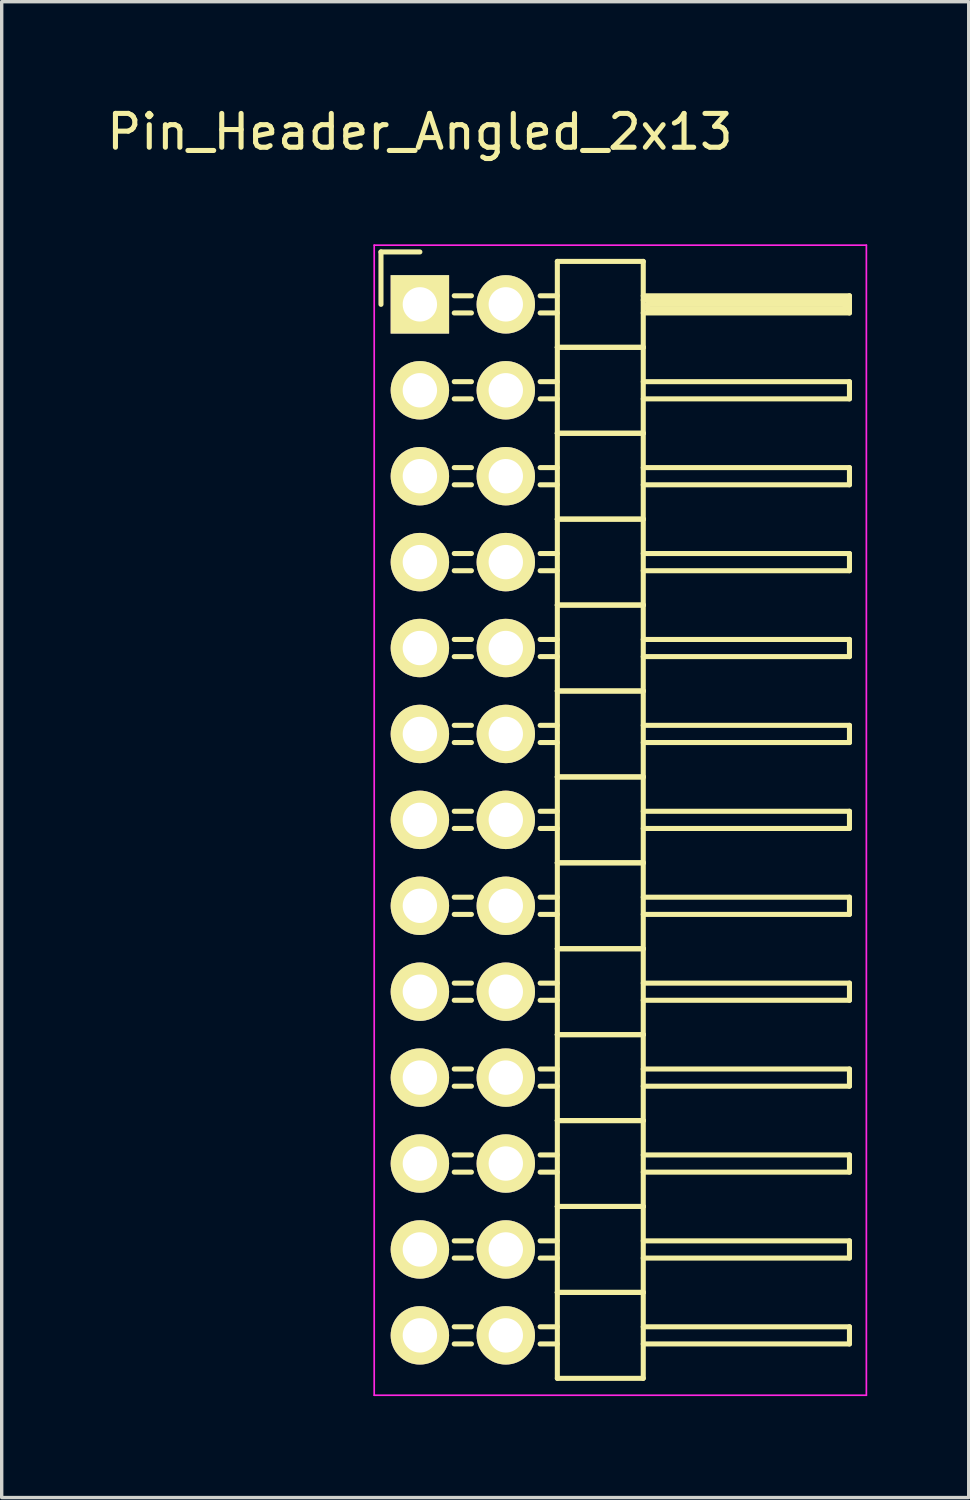
<source format=kicad_pcb>
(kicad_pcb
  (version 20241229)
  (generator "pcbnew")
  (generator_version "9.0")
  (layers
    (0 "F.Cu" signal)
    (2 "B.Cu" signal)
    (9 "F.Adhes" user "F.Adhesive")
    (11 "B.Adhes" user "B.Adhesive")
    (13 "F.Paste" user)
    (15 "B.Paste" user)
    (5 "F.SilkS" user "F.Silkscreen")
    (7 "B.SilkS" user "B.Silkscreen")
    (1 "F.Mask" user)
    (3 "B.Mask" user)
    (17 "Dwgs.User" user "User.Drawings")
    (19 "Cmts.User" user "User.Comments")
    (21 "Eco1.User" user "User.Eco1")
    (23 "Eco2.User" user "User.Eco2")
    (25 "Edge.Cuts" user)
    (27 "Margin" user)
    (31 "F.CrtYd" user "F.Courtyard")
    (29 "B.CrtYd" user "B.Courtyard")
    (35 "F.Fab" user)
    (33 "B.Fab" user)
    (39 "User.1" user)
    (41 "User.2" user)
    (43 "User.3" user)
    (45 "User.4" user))
  (footprint "Pin_Header_Angled_2x13"
    (layer "F.Cu")
    (at 9.363 5.948)
    (property "Reference" "Pin_Header_Angled_2x13" (at 0 -5.1 0) (layer "F.SilkS") (effects (font (size 1 1) (thickness 0.15))))
    (attr through_hole)
    (fp_line (start -1.15 -1.55) (end -1.15 0) (stroke (width 0.15) (type solid)) (layer "F.SilkS"))
    (fp_line (start 0 -1.55) (end -1.15 -1.55) (stroke (width 0.15) (type solid)) (layer "F.SilkS"))
    (fp_line (start 1.524 -0.254) (end 1.016 -0.254) (stroke (width 0.15) (type solid)) (layer "F.SilkS"))
    (fp_line (start 1.524 0.254) (end 1.016 0.254) (stroke (width 0.15) (type solid)) (layer "F.SilkS"))
    (fp_line (start 1.524 2.286) (end 1.016 2.286) (stroke (width 0.15) (type solid)) (layer "F.SilkS"))
    (fp_line (start 1.524 2.794) (end 1.016 2.794) (stroke (width 0.15) (type solid)) (layer "F.SilkS"))
    (fp_line (start 1.524 4.826) (end 1.016 4.826) (stroke (width 0.15) (type solid)) (layer "F.SilkS"))
    (fp_line (start 1.524 5.334) (end 1.016 5.334) (stroke (width 0.15) (type solid)) (layer "F.SilkS"))
    (fp_line (start 1.524 7.366) (end 1.016 7.366) (stroke (width 0.15) (type solid)) (layer "F.SilkS"))
    (fp_line (start 1.524 7.874) (end 1.016 7.874) (stroke (width 0.15) (type solid)) (layer "F.SilkS"))
    (fp_line (start 1.524 9.906) (end 1.016 9.906) (stroke (width 0.15) (type solid)) (layer "F.SilkS"))
    (fp_line (start 1.524 10.414) (end 1.016 10.414) (stroke (width 0.15) (type solid)) (layer "F.SilkS"))
    (fp_line (start 1.524 12.446) (end 1.016 12.446) (stroke (width 0.15) (type solid)) (layer "F.SilkS"))
    (fp_line (start 1.524 12.954) (end 1.016 12.954) (stroke (width 0.15) (type solid)) (layer "F.SilkS"))
    (fp_line (start 1.524 14.986) (end 1.016 14.986) (stroke (width 0.15) (type solid)) (layer "F.SilkS"))
    (fp_line (start 1.524 15.494) (end 1.016 15.494) (stroke (width 0.15) (type solid)) (layer "F.SilkS"))
    (fp_line (start 1.524 17.526) (end 1.016 17.526) (stroke (width 0.15) (type solid)) (layer "F.SilkS"))
    (fp_line (start 1.524 18.034) (end 1.016 18.034) (stroke (width 0.15) (type solid)) (layer "F.SilkS"))
    (fp_line (start 1.524 20.066) (end 1.016 20.066) (stroke (width 0.15) (type solid)) (layer "F.SilkS"))
    (fp_line (start 1.524 20.574) (end 1.016 20.574) (stroke (width 0.15) (type solid)) (layer "F.SilkS"))
    (fp_line (start 1.524 22.606) (end 1.016 22.606) (stroke (width 0.15) (type solid)) (layer "F.SilkS"))
    (fp_line (start 1.524 23.114) (end 1.016 23.114) (stroke (width 0.15) (type solid)) (layer "F.SilkS"))
    (fp_line (start 1.524 25.146) (end 1.016 25.146) (stroke (width 0.15) (type solid)) (layer "F.SilkS"))
    (fp_line (start 1.524 25.654) (end 1.016 25.654) (stroke (width 0.15) (type solid)) (layer "F.SilkS"))
    (fp_line (start 1.524 27.686) (end 1.016 27.686) (stroke (width 0.15) (type solid)) (layer "F.SilkS"))
    (fp_line (start 1.524 28.194) (end 1.016 28.194) (stroke (width 0.15) (type solid)) (layer "F.SilkS"))
    (fp_line (start 1.524 30.226) (end 1.016 30.226) (stroke (width 0.15) (type solid)) (layer "F.SilkS"))
    (fp_line (start 1.524 30.734) (end 1.016 30.734) (stroke (width 0.15) (type solid)) (layer "F.SilkS"))
    (fp_line (start 4.064 -1.27) (end 4.064 1.27) (stroke (width 0.15) (type solid)) (layer "F.SilkS"))
    (fp_line (start 4.064 -1.27) (end 6.604 -1.27) (stroke (width 0.15) (type solid)) (layer "F.SilkS"))
    (fp_line (start 4.064 -0.254) (end 3.556 -0.254) (stroke (width 0.15) (type solid)) (layer "F.SilkS"))
    (fp_line (start 4.064 0.254) (end 3.556 0.254) (stroke (width 0.15) (type solid)) (layer "F.SilkS"))
    (fp_line (start 4.064 1.27) (end 4.064 3.81) (stroke (width 0.15) (type solid)) (layer "F.SilkS"))
    (fp_line (start 4.064 1.27) (end 6.604 1.27) (stroke (width 0.15) (type solid)) (layer "F.SilkS"))
    (fp_line (start 4.064 1.27) (end 6.604 1.27) (stroke (width 0.15) (type solid)) (layer "F.SilkS"))
    (fp_line (start 4.064 2.286) (end 3.556 2.286) (stroke (width 0.15) (type solid)) (layer "F.SilkS"))
    (fp_line (start 4.064 2.794) (end 3.556 2.794) (stroke (width 0.15) (type solid)) (layer "F.SilkS"))
    (fp_line (start 4.064 3.81) (end 4.064 6.35) (stroke (width 0.15) (type solid)) (layer "F.SilkS"))
    (fp_line (start 4.064 3.81) (end 6.604 3.81) (stroke (width 0.15) (type solid)) (layer "F.SilkS"))
    (fp_line (start 4.064 3.81) (end 6.604 3.81) (stroke (width 0.15) (type solid)) (layer "F.SilkS"))
    (fp_line (start 4.064 4.826) (end 3.556 4.826) (stroke (width 0.15) (type solid)) (layer "F.SilkS"))
    (fp_line (start 4.064 5.334) (end 3.556 5.334) (stroke (width 0.15) (type solid)) (layer "F.SilkS"))
    (fp_line (start 4.064 6.35) (end 4.064 8.89) (stroke (width 0.15) (type solid)) (layer "F.SilkS"))
    (fp_line (start 4.064 6.35) (end 6.604 6.35) (stroke (width 0.15) (type solid)) (layer "F.SilkS"))
    (fp_line (start 4.064 6.35) (end 6.604 6.35) (stroke (width 0.15) (type solid)) (layer "F.SilkS"))
    (fp_line (start 4.064 7.366) (end 3.556 7.366) (stroke (width 0.15) (type solid)) (layer "F.SilkS"))
    (fp_line (start 4.064 7.874) (end 3.556 7.874) (stroke (width 0.15) (type solid)) (layer "F.SilkS"))
    (fp_line (start 4.064 8.89) (end 4.064 11.43) (stroke (width 0.15) (type solid)) (layer "F.SilkS"))
    (fp_line (start 4.064 8.89) (end 6.604 8.89) (stroke (width 0.15) (type solid)) (layer "F.SilkS"))
    (fp_line (start 4.064 8.89) (end 6.604 8.89) (stroke (width 0.15) (type solid)) (layer "F.SilkS"))
    (fp_line (start 4.064 9.906) (end 3.556 9.906) (stroke (width 0.15) (type solid)) (layer "F.SilkS"))
    (fp_line (start 4.064 10.414) (end 3.556 10.414) (stroke (width 0.15) (type solid)) (layer "F.SilkS"))
    (fp_line (start 4.064 11.43) (end 4.064 13.97) (stroke (width 0.15) (type solid)) (layer "F.SilkS"))
    (fp_line (start 4.064 11.43) (end 6.604 11.43) (stroke (width 0.15) (type solid)) (layer "F.SilkS"))
    (fp_line (start 4.064 11.43) (end 6.604 11.43) (stroke (width 0.15) (type solid)) (layer "F.SilkS"))
    (fp_line (start 4.064 12.446) (end 3.556 12.446) (stroke (width 0.15) (type solid)) (layer "F.SilkS"))
    (fp_line (start 4.064 12.954) (end 3.556 12.954) (stroke (width 0.15) (type solid)) (layer "F.SilkS"))
    (fp_line (start 4.064 13.97) (end 4.064 16.51) (stroke (width 0.15) (type solid)) (layer "F.SilkS"))
    (fp_line (start 4.064 13.97) (end 6.604 13.97) (stroke (width 0.15) (type solid)) (layer "F.SilkS"))
    (fp_line (start 4.064 13.97) (end 6.604 13.97) (stroke (width 0.15) (type solid)) (layer "F.SilkS"))
    (fp_line (start 4.064 14.986) (end 3.556 14.986) (stroke (width 0.15) (type solid)) (layer "F.SilkS"))
    (fp_line (start 4.064 15.494) (end 3.556 15.494) (stroke (width 0.15) (type solid)) (layer "F.SilkS"))
    (fp_line (start 4.064 16.51) (end 4.064 19.05) (stroke (width 0.15) (type solid)) (layer "F.SilkS"))
    (fp_line (start 4.064 16.51) (end 6.604 16.51) (stroke (width 0.15) (type solid)) (layer "F.SilkS"))
    (fp_line (start 4.064 16.51) (end 6.604 16.51) (stroke (width 0.15) (type solid)) (layer "F.SilkS"))
    (fp_line (start 4.064 17.526) (end 3.556 17.526) (stroke (width 0.15) (type solid)) (layer "F.SilkS"))
    (fp_line (start 4.064 18.034) (end 3.556 18.034) (stroke (width 0.15) (type solid)) (layer "F.SilkS"))
    (fp_line (start 4.064 19.05) (end 4.064 21.59) (stroke (width 0.15) (type solid)) (layer "F.SilkS"))
    (fp_line (start 4.064 19.05) (end 6.604 19.05) (stroke (width 0.15) (type solid)) (layer "F.SilkS"))
    (fp_line (start 4.064 19.05) (end 6.604 19.05) (stroke (width 0.15) (type solid)) (layer "F.SilkS"))
    (fp_line (start 4.064 20.066) (end 3.556 20.066) (stroke (width 0.15) (type solid)) (layer "F.SilkS"))
    (fp_line (start 4.064 20.574) (end 3.556 20.574) (stroke (width 0.15) (type solid)) (layer "F.SilkS"))
    (fp_line (start 4.064 21.59) (end 4.064 24.13) (stroke (width 0.15) (type solid)) (layer "F.SilkS"))
    (fp_line (start 4.064 21.59) (end 6.604 21.59) (stroke (width 0.15) (type solid)) (layer "F.SilkS"))
    (fp_line (start 4.064 21.59) (end 6.604 21.59) (stroke (width 0.15) (type solid)) (layer "F.SilkS"))
    (fp_line (start 4.064 22.606) (end 3.556 22.606) (stroke (width 0.15) (type solid)) (layer "F.SilkS"))
    (fp_line (start 4.064 23.114) (end 3.556 23.114) (stroke (width 0.15) (type solid)) (layer "F.SilkS"))
    (fp_line (start 4.064 24.13) (end 4.064 26.67) (stroke (width 0.15) (type solid)) (layer "F.SilkS"))
    (fp_line (start 4.064 24.13) (end 6.604 24.13) (stroke (width 0.15) (type solid)) (layer "F.SilkS"))
    (fp_line (start 4.064 24.13) (end 6.604 24.13) (stroke (width 0.15) (type solid)) (layer "F.SilkS"))
    (fp_line (start 4.064 25.146) (end 3.556 25.146) (stroke (width 0.15) (type solid)) (layer "F.SilkS"))
    (fp_line (start 4.064 25.654) (end 3.556 25.654) (stroke (width 0.15) (type solid)) (layer "F.SilkS"))
    (fp_line (start 4.064 26.67) (end 4.064 29.21) (stroke (width 0.15) (type solid)) (layer "F.SilkS"))
    (fp_line (start 4.064 26.67) (end 6.604 26.67) (stroke (width 0.15) (type solid)) (layer "F.SilkS"))
    (fp_line (start 4.064 26.67) (end 6.604 26.67) (stroke (width 0.15) (type solid)) (layer "F.SilkS"))
    (fp_line (start 4.064 27.686) (end 3.556 27.686) (stroke (width 0.15) (type solid)) (layer "F.SilkS"))
    (fp_line (start 4.064 28.194) (end 3.556 28.194) (stroke (width 0.15) (type solid)) (layer "F.SilkS"))
    (fp_line (start 4.064 29.21) (end 4.064 31.75) (stroke (width 0.15) (type solid)) (layer "F.SilkS"))
    (fp_line (start 4.064 29.21) (end 6.604 29.21) (stroke (width 0.15) (type solid)) (layer "F.SilkS"))
    (fp_line (start 4.064 29.21) (end 6.604 29.21) (stroke (width 0.15) (type solid)) (layer "F.SilkS"))
    (fp_line (start 4.064 30.226) (end 3.556 30.226) (stroke (width 0.15) (type solid)) (layer "F.SilkS"))
    (fp_line (start 4.064 30.734) (end 3.556 30.734) (stroke (width 0.15) (type solid)) (layer "F.SilkS"))
    (fp_line (start 4.064 31.75) (end 6.604 31.75) (stroke (width 0.15) (type solid)) (layer "F.SilkS"))
    (fp_line (start 6.604 -0.254) (end 12.7 -0.254) (stroke (width 0.15) (type solid)) (layer "F.SilkS"))
    (fp_line (start 6.604 -0.127) (end 12.573 -0.127) (stroke (width 0.15) (type solid)) (layer "F.SilkS"))
    (fp_line (start 6.604 1.27) (end 6.604 -1.27) (stroke (width 0.15) (type solid)) (layer "F.SilkS"))
    (fp_line (start 6.604 2.286) (end 12.7 2.286) (stroke (width 0.15) (type solid)) (layer "F.SilkS"))
    (fp_line (start 6.604 3.81) (end 6.604 1.27) (stroke (width 0.15) (type solid)) (layer "F.SilkS"))
    (fp_line (start 6.604 4.826) (end 12.7 4.826) (stroke (width 0.15) (type solid)) (layer "F.SilkS"))
    (fp_line (start 6.604 6.35) (end 6.604 3.81) (stroke (width 0.15) (type solid)) (layer "F.SilkS"))
    (fp_line (start 6.604 7.366) (end 12.7 7.366) (stroke (width 0.15) (type solid)) (layer "F.SilkS"))
    (fp_line (start 6.604 8.89) (end 6.604 6.35) (stroke (width 0.15) (type solid)) (layer "F.SilkS"))
    (fp_line (start 6.604 9.906) (end 12.7 9.906) (stroke (width 0.15) (type solid)) (layer "F.SilkS"))
    (fp_line (start 6.604 11.43) (end 6.604 8.89) (stroke (width 0.15) (type solid)) (layer "F.SilkS"))
    (fp_line (start 6.604 12.446) (end 12.7 12.446) (stroke (width 0.15) (type solid)) (layer "F.SilkS"))
    (fp_line (start 6.604 13.97) (end 6.604 11.43) (stroke (width 0.15) (type solid)) (layer "F.SilkS"))
    (fp_line (start 6.604 14.986) (end 12.7 14.986) (stroke (width 0.15) (type solid)) (layer "F.SilkS"))
    (fp_line (start 6.604 16.51) (end 6.604 13.97) (stroke (width 0.15) (type solid)) (layer "F.SilkS"))
    (fp_line (start 6.604 17.526) (end 12.7 17.526) (stroke (width 0.15) (type solid)) (layer "F.SilkS"))
    (fp_line (start 6.604 19.05) (end 6.604 16.51) (stroke (width 0.15) (type solid)) (layer "F.SilkS"))
    (fp_line (start 6.604 20.066) (end 12.7 20.066) (stroke (width 0.15) (type solid)) (layer "F.SilkS"))
    (fp_line (start 6.604 21.59) (end 6.604 19.05) (stroke (width 0.15) (type solid)) (layer "F.SilkS"))
    (fp_line (start 6.604 22.606) (end 12.7 22.606) (stroke (width 0.15) (type solid)) (layer "F.SilkS"))
    (fp_line (start 6.604 24.13) (end 6.604 21.59) (stroke (width 0.15) (type solid)) (layer "F.SilkS"))
    (fp_line (start 6.604 25.146) (end 12.7 25.146) (stroke (width 0.15) (type solid)) (layer "F.SilkS"))
    (fp_line (start 6.604 26.67) (end 6.604 24.13) (stroke (width 0.15) (type solid)) (layer "F.SilkS"))
    (fp_line (start 6.604 27.686) (end 12.7 27.686) (stroke (width 0.15) (type solid)) (layer "F.SilkS"))
    (fp_line (start 6.604 29.21) (end 6.604 26.67) (stroke (width 0.15) (type solid)) (layer "F.SilkS"))
    (fp_line (start 6.604 30.226) (end 12.7 30.226) (stroke (width 0.15) (type solid)) (layer "F.SilkS"))
    (fp_line (start 6.604 31.75) (end 6.604 29.21) (stroke (width 0.15) (type solid)) (layer "F.SilkS"))
    (fp_line (start 6.731 0) (end 12.573 0) (stroke (width 0.15) (type solid)) (layer "F.SilkS"))
    (fp_line (start 6.731 0.127) (end 6.731 0) (stroke (width 0.15) (type solid)) (layer "F.SilkS"))
    (fp_line (start 12.573 -0.127) (end 12.573 0.127) (stroke (width 0.15) (type solid)) (layer "F.SilkS"))
    (fp_line (start 12.573 0.127) (end 6.731 0.127) (stroke (width 0.15) (type solid)) (layer "F.SilkS"))
    (fp_line (start 12.7 -0.254) (end 12.7 0.254) (stroke (width 0.15) (type solid)) (layer "F.SilkS"))
    (fp_line (start 12.7 0.254) (end 6.604 0.254) (stroke (width 0.15) (type solid)) (layer "F.SilkS"))
    (fp_line (start 12.7 2.286) (end 12.7 2.794) (stroke (width 0.15) (type solid)) (layer "F.SilkS"))
    (fp_line (start 12.7 2.794) (end 6.604 2.794) (stroke (width 0.15) (type solid)) (layer "F.SilkS"))
    (fp_line (start 12.7 4.826) (end 12.7 5.334) (stroke (width 0.15) (type solid)) (layer "F.SilkS"))
    (fp_line (start 12.7 5.334) (end 6.604 5.334) (stroke (width 0.15) (type solid)) (layer "F.SilkS"))
    (fp_line (start 12.7 7.366) (end 12.7 7.874) (stroke (width 0.15) (type solid)) (layer "F.SilkS"))
    (fp_line (start 12.7 7.874) (end 6.604 7.874) (stroke (width 0.15) (type solid)) (layer "F.SilkS"))
    (fp_line (start 12.7 9.906) (end 12.7 10.414) (stroke (width 0.15) (type solid)) (layer "F.SilkS"))
    (fp_line (start 12.7 10.414) (end 6.604 10.414) (stroke (width 0.15) (type solid)) (layer "F.SilkS"))
    (fp_line (start 12.7 12.446) (end 12.7 12.954) (stroke (width 0.15) (type solid)) (layer "F.SilkS"))
    (fp_line (start 12.7 12.954) (end 6.604 12.954) (stroke (width 0.15) (type solid)) (layer "F.SilkS"))
    (fp_line (start 12.7 14.986) (end 12.7 15.494) (stroke (width 0.15) (type solid)) (layer "F.SilkS"))
    (fp_line (start 12.7 15.494) (end 6.604 15.494) (stroke (width 0.15) (type solid)) (layer "F.SilkS"))
    (fp_line (start 12.7 17.526) (end 12.7 18.034) (stroke (width 0.15) (type solid)) (layer "F.SilkS"))
    (fp_line (start 12.7 18.034) (end 6.604 18.034) (stroke (width 0.15) (type solid)) (layer "F.SilkS"))
    (fp_line (start 12.7 20.066) (end 12.7 20.574) (stroke (width 0.15) (type solid)) (layer "F.SilkS"))
    (fp_line (start 12.7 20.574) (end 6.604 20.574) (stroke (width 0.15) (type solid)) (layer "F.SilkS"))
    (fp_line (start 12.7 22.606) (end 12.7 23.114) (stroke (width 0.15) (type solid)) (layer "F.SilkS"))
    (fp_line (start 12.7 23.114) (end 6.604 23.114) (stroke (width 0.15) (type solid)) (layer "F.SilkS"))
    (fp_line (start 12.7 25.146) (end 12.7 25.654) (stroke (width 0.15) (type solid)) (layer "F.SilkS"))
    (fp_line (start 12.7 25.654) (end 6.604 25.654) (stroke (width 0.15) (type solid)) (layer "F.SilkS"))
    (fp_line (start 12.7 27.686) (end 12.7 28.194) (stroke (width 0.15) (type solid)) (layer "F.SilkS"))
    (fp_line (start 12.7 28.194) (end 6.604 28.194) (stroke (width 0.15) (type solid)) (layer "F.SilkS"))
    (fp_line (start 12.7 30.226) (end 12.7 30.734) (stroke (width 0.15) (type solid)) (layer "F.SilkS"))
    (fp_line (start 12.7 30.734) (end 6.604 30.734) (stroke (width 0.15) (type solid)) (layer "F.SilkS"))
    (fp_line (start -1.35 -1.75) (end -1.35 32.25) (stroke (width 0.05) (type solid)) (layer "F.CrtYd"))
    (fp_line (start -1.35 -1.75) (end 13.2 -1.75) (stroke (width 0.05) (type solid)) (layer "F.CrtYd"))
    (fp_line (start -1.35 32.25) (end 13.2 32.25) (stroke (width 0.05) (type solid)) (layer "F.CrtYd"))
    (fp_line (start 13.2 -1.75) (end 13.2 32.25) (stroke (width 0.05) (type solid)) (layer "F.CrtYd"))
    (pad "1" thru_hole rect (at 0 0) (size 1.727 1.727) (drill 1.016) (layers "*.Cu" "*.Mask" "F.SilkS"))
    (pad "2" thru_hole oval (at 2.54 0) (size 1.727 1.727) (drill 1.016) (layers "*.Cu" "*.Mask" "F.SilkS"))
    (pad "3" thru_hole oval (at 0 2.54) (size 1.727 1.727) (drill 1.016) (layers "*.Cu" "*.Mask" "F.SilkS"))
    (pad "4" thru_hole oval (at 2.54 2.54) (size 1.727 1.727) (drill 1.016) (layers "*.Cu" "*.Mask" "F.SilkS"))
    (pad "5" thru_hole oval (at 0 5.08) (size 1.727 1.727) (drill 1.016) (layers "*.Cu" "*.Mask" "F.SilkS"))
    (pad "6" thru_hole oval (at 2.54 5.08) (size 1.727 1.727) (drill 1.016) (layers "*.Cu" "*.Mask" "F.SilkS"))
    (pad "7" thru_hole oval (at 0 7.62) (size 1.727 1.727) (drill 1.016) (layers "*.Cu" "*.Mask" "F.SilkS"))
    (pad "8" thru_hole oval (at 2.54 7.62) (size 1.727 1.727) (drill 1.016) (layers "*.Cu" "*.Mask" "F.SilkS"))
    (pad "9" thru_hole oval (at 0 10.16) (size 1.727 1.727) (drill 1.016) (layers "*.Cu" "*.Mask" "F.SilkS"))
    (pad "10" thru_hole oval (at 2.54 10.16) (size 1.727 1.727) (drill 1.016) (layers "*.Cu" "*.Mask" "F.SilkS"))
    (pad "11" thru_hole oval (at 0 12.7) (size 1.727 1.727) (drill 1.016) (layers "*.Cu" "*.Mask" "F.SilkS"))
    (pad "12" thru_hole oval (at 2.54 12.7) (size 1.727 1.727) (drill 1.016) (layers "*.Cu" "*.Mask" "F.SilkS"))
    (pad "13" thru_hole oval (at 0 15.24) (size 1.727 1.727) (drill 1.016) (layers "*.Cu" "*.Mask" "F.SilkS"))
    (pad "14" thru_hole oval (at 2.54 15.24) (size 1.727 1.727) (drill 1.016) (layers "*.Cu" "*.Mask" "F.SilkS"))
    (pad "15" thru_hole oval (at 0 17.78) (size 1.727 1.727) (drill 1.016) (layers "*.Cu" "*.Mask" "F.SilkS"))
    (pad "16" thru_hole oval (at 2.54 17.78) (size 1.727 1.727) (drill 1.016) (layers "*.Cu" "*.Mask" "F.SilkS"))
    (pad "17" thru_hole oval (at 0 20.32) (size 1.727 1.727) (drill 1.016) (layers "*.Cu" "*.Mask" "F.SilkS"))
    (pad "18" thru_hole oval (at 2.54 20.32) (size 1.727 1.727) (drill 1.016) (layers "*.Cu" "*.Mask" "F.SilkS"))
    (pad "19" thru_hole oval (at 0 22.86) (size 1.727 1.727) (drill 1.016) (layers "*.Cu" "*.Mask" "F.SilkS"))
    (pad "20" thru_hole oval (at 2.54 22.86) (size 1.727 1.727) (drill 1.016) (layers "*.Cu" "*.Mask" "F.SilkS"))
    (pad "21" thru_hole oval (at 0 25.4) (size 1.727 1.727) (drill 1.016) (layers "*.Cu" "*.Mask" "F.SilkS"))
    (pad "22" thru_hole oval (at 2.54 25.4) (size 1.727 1.727) (drill 1.016) (layers "*.Cu" "*.Mask" "F.SilkS"))
    (pad "23" thru_hole oval (at 0 27.94) (size 1.727 1.727) (drill 1.016) (layers "*.Cu" "*.Mask" "F.SilkS"))
    (pad "24" thru_hole oval (at 2.54 27.94) (size 1.727 1.727) (drill 1.016) (layers "*.Cu" "*.Mask" "F.SilkS"))
    (pad "25" thru_hole oval (at 0 30.48) (size 1.727 1.727) (drill 1.016) (layers "*.Cu" "*.Mask" "F.SilkS"))
    (pad "26" thru_hole oval (at 2.54 30.48) (size 1.727 1.727) (drill 1.016) (layers "*.Cu" "*.Mask" "F.SilkS")))
  (gr_rect
    (start -3 -3)
    (end 25.588 41.223)
    (stroke (width 0.1) (type default))
    (fill no)
    (layer "Edge.Cuts")))
</source>
